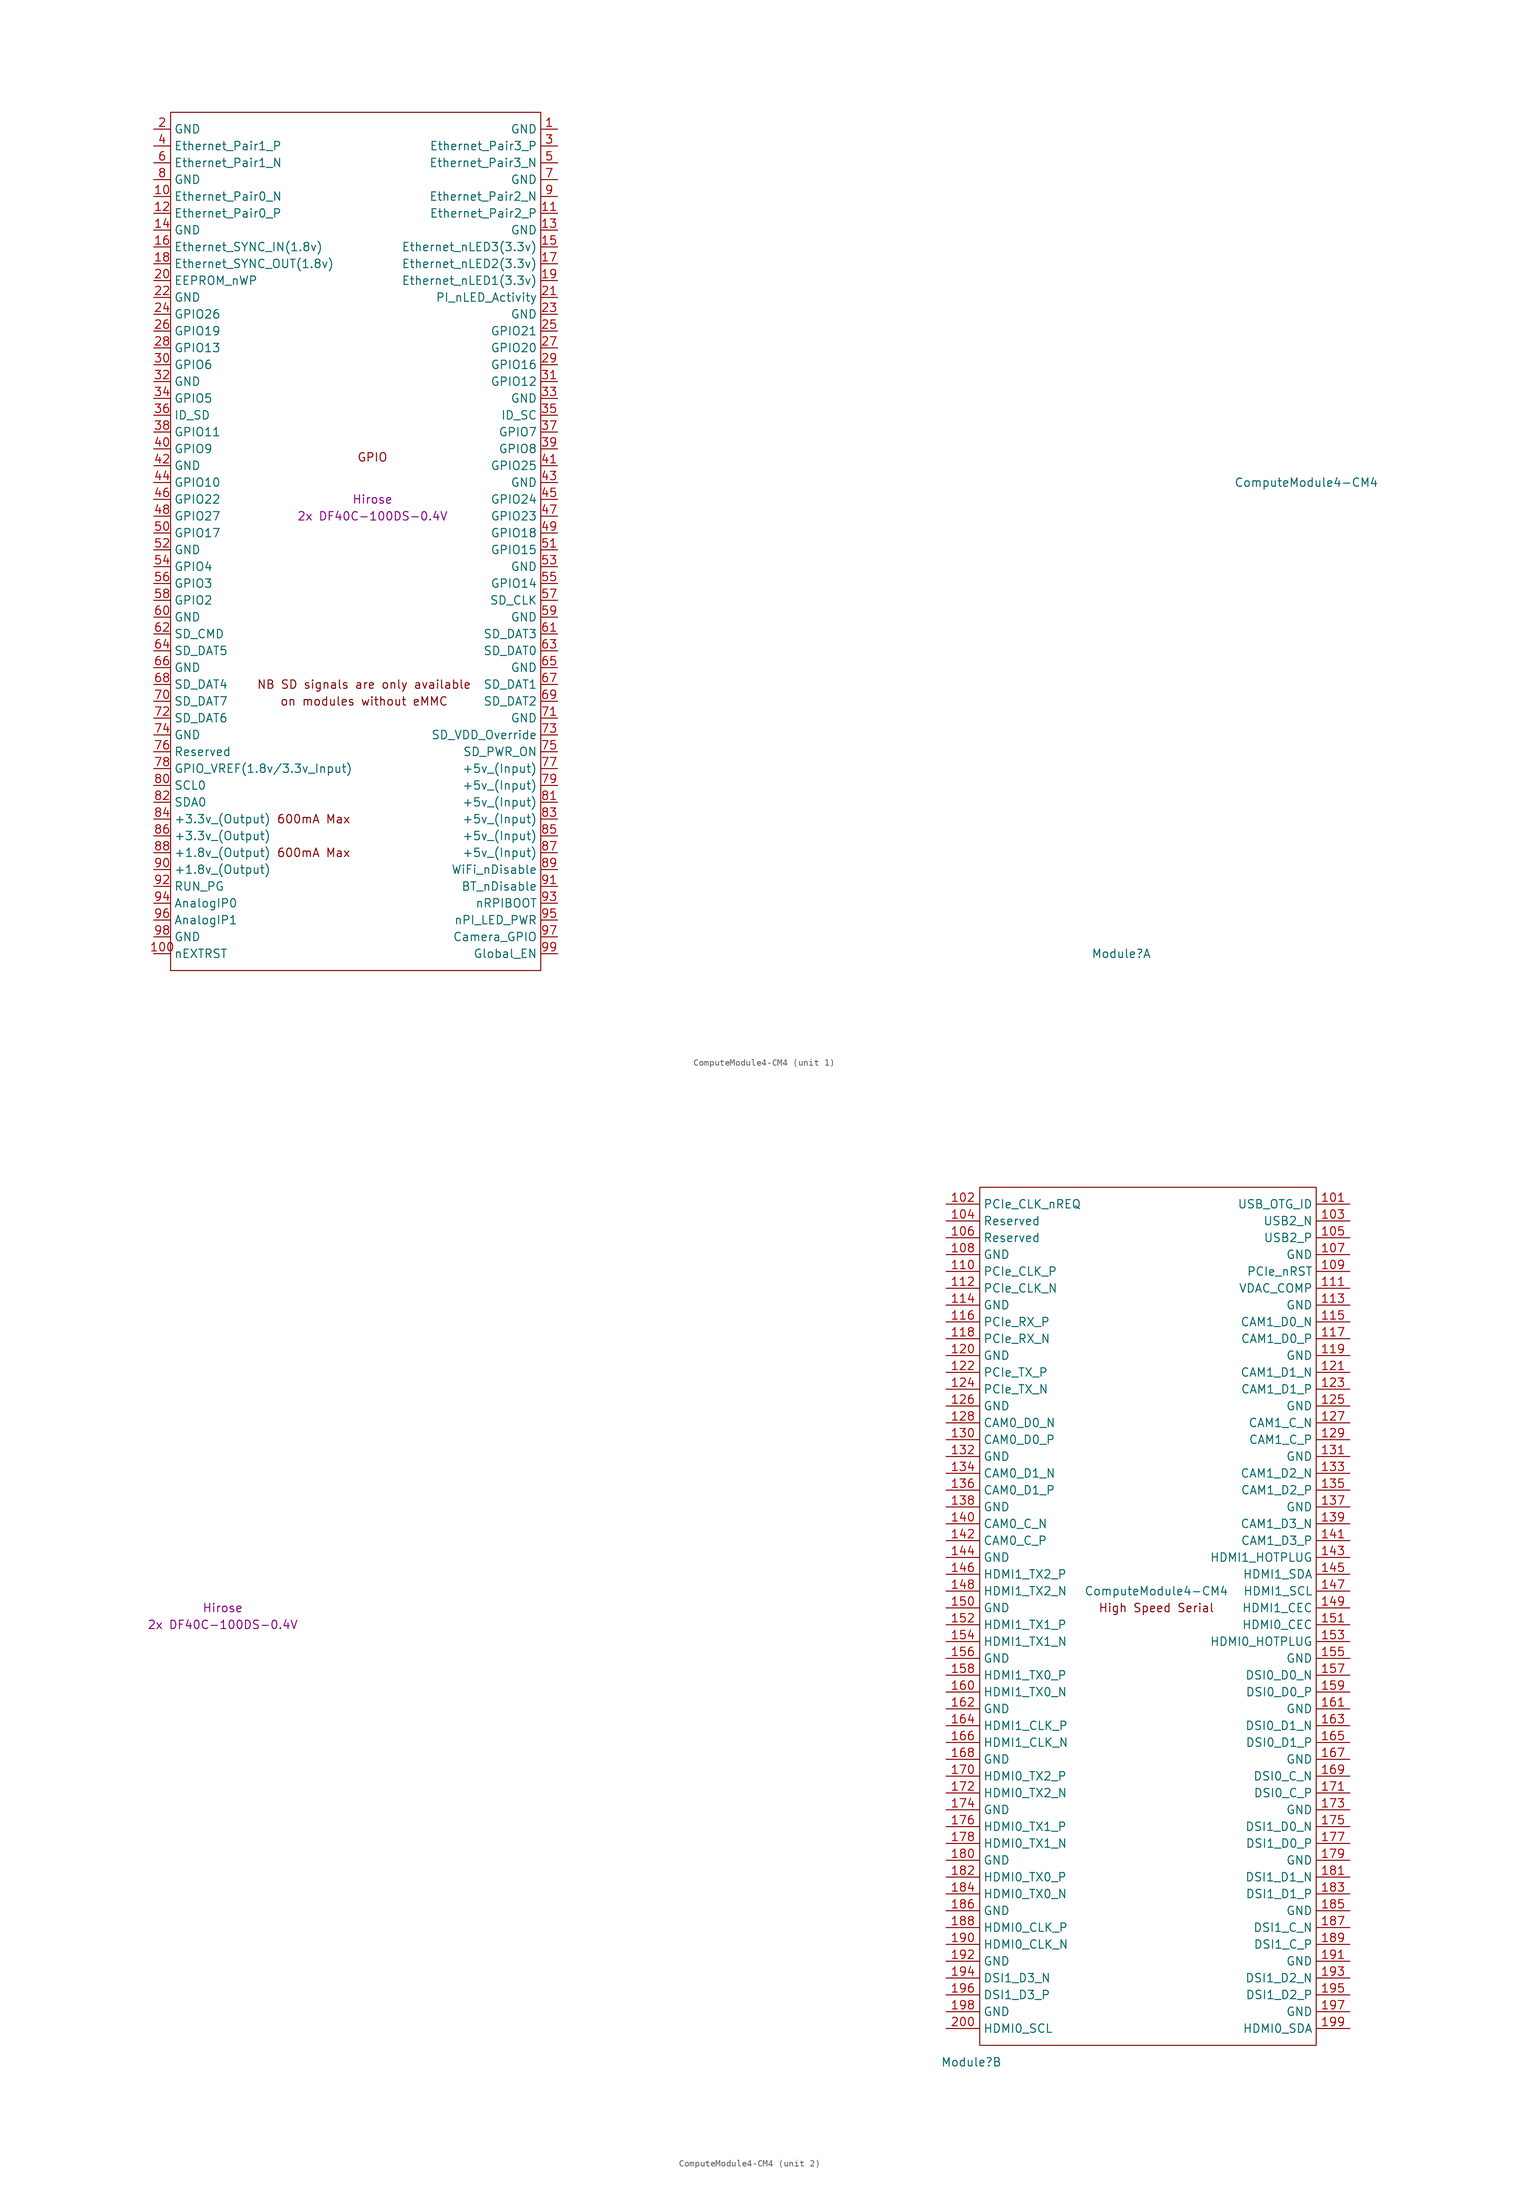
<source format=kicad_sym>
(kicad_symbol_lib
  (version 20201005)
  (generator kicad_symbol_editor)
  (symbol "CM4IO:ComputeModule4-CM4"
    (property "Reference" "Module"
      (at 113.03 -68.58 0)
      (effects (font (size 1.27 1.27))))
    (property "Value" "ComputeModule4-CM4"
      (at 140.97 2.54 0)
      (effects (font (size 1.27 1.27))))
    (property "Field4" "Hirose"
      (at 0 0 0)
      (effects (font (size 1.27 1.27))))
    (property "Field5" "2x DF40C-100DS-0.4V"
      (at 0 -2.54 0)
      (effects (font (size 1.27 1.27))))
    (symbol "ComputeModule4-CM4_1_0"
      (text "GPIO" (at 0 6.35 0) (effects (font (size 1.27 1.27)))))
    (symbol "ComputeModule4-CM4_1_1"
      (text "600mA Max" (at -8.89 -53.34 0) (effects (font (size 1.27 1.27))))
      (text "600mA Max" (at -8.89 -48.26 0) (effects (font (size 1.27 1.27))))
      (text "NB SD signals are only available" (at -1.27 -27.94 0) (effects (font (size 1.27 1.27))))
      (text "on modules without eMMC" (at -1.27 -30.48 0) (effects (font (size 1.27 1.27))))
      (rectangle (start -30.48 -71.12) (end 25.4 58.42) (stroke (width 0)) (fill (type none)))
      (pin power_in line (at 27.94 55.88 180) (length 2.54) (name "GND" (effects (font (size 1.27 1.27)))) (number "1" (effects (font (size 1.27 1.27)))))
      (pin passive line (at -33.02 45.72 0) (length 2.54) (name "Ethernet_Pair0_N" (effects (font (size 1.27 1.27)))) (number "10" (effects (font (size 1.27 1.27)))))
      (pin output line (at -33.02 -68.58 0) (length 2.54) (name "nEXTRST" (effects (font (size 1.27 1.27)))) (number "100" (effects (font (size 1.27 1.27)))))
      (pin passive line (at 27.94 43.18 180) (length 2.54) (name "Ethernet_Pair2_P" (effects (font (size 1.27 1.27)))) (number "11" (effects (font (size 1.27 1.27)))))
      (pin passive line (at -33.02 43.18 0) (length 2.54) (name "Ethernet_Pair0_P" (effects (font (size 1.27 1.27)))) (number "12" (effects (font (size 1.27 1.27)))))
      (pin power_in line (at 27.94 40.64 180) (length 2.54) (name "GND" (effects (font (size 1.27 1.27)))) (number "13" (effects (font (size 1.27 1.27)))))
      (pin power_in line (at -33.02 40.64 0) (length 2.54) (name "GND" (effects (font (size 1.27 1.27)))) (number "14" (effects (font (size 1.27 1.27)))))
      (pin output line (at 27.94 38.1 180) (length 2.54) (name "Ethernet_nLED3(3.3v)" (effects (font (size 1.27 1.27)))) (number "15" (effects (font (size 1.27 1.27)))))
      (pin input line (at -33.02 38.1 0) (length 2.54) (name "Ethernet_SYNC_IN(1.8v)" (effects (font (size 1.27 1.27)))) (number "16" (effects (font (size 1.27 1.27)))))
      (pin output line (at 27.94 35.56 180) (length 2.54) (name "Ethernet_nLED2(3.3v)" (effects (font (size 1.27 1.27)))) (number "17" (effects (font (size 1.27 1.27)))))
      (pin input line (at -33.02 35.56 0) (length 2.54) (name "Ethernet_SYNC_OUT(1.8v)" (effects (font (size 1.27 1.27)))) (number "18" (effects (font (size 1.27 1.27)))))
      (pin output line (at 27.94 33.02 180) (length 2.54) (name "Ethernet_nLED1(3.3v)" (effects (font (size 1.27 1.27)))) (number "19" (effects (font (size 1.27 1.27)))))
      (pin power_in line (at -33.02 55.88 0) (length 2.54) (name "GND" (effects (font (size 1.27 1.27)))) (number "2" (effects (font (size 1.27 1.27)))))
      (pin passive line (at -33.02 33.02 0) (length 2.54) (name "EEPROM_nWP" (effects (font (size 1.27 1.27)))) (number "20" (effects (font (size 1.27 1.27)))))
      (pin open_collector line (at 27.94 30.48 180) (length 2.54) (name "PI_nLED_Activity" (effects (font (size 1.27 1.27)))) (number "21" (effects (font (size 1.27 1.27)))))
      (pin power_in line (at -33.02 30.48 0) (length 2.54) (name "GND" (effects (font (size 1.27 1.27)))) (number "22" (effects (font (size 1.27 1.27)))))
      (pin power_in line (at 27.94 27.94 180) (length 2.54) (name "GND" (effects (font (size 1.27 1.27)))) (number "23" (effects (font (size 1.27 1.27)))))
      (pin passive line (at -33.02 27.94 0) (length 2.54) (name "GPIO26" (effects (font (size 1.27 1.27)))) (number "24" (effects (font (size 1.27 1.27)))))
      (pin passive line (at 27.94 25.4 180) (length 2.54) (name "GPIO21" (effects (font (size 1.27 1.27)))) (number "25" (effects (font (size 1.27 1.27)))))
      (pin passive line (at -33.02 25.4 0) (length 2.54) (name "GPIO19" (effects (font (size 1.27 1.27)))) (number "26" (effects (font (size 1.27 1.27)))))
      (pin passive line (at 27.94 22.86 180) (length 2.54) (name "GPIO20" (effects (font (size 1.27 1.27)))) (number "27" (effects (font (size 1.27 1.27)))))
      (pin passive line (at -33.02 22.86 0) (length 2.54) (name "GPIO13" (effects (font (size 1.27 1.27)))) (number "28" (effects (font (size 1.27 1.27)))))
      (pin passive line (at 27.94 20.32 180) (length 2.54) (name "GPIO16" (effects (font (size 1.27 1.27)))) (number "29" (effects (font (size 1.27 1.27)))))
      (pin passive line (at 27.94 53.34 180) (length 2.54) (name "Ethernet_Pair3_P" (effects (font (size 1.27 1.27)))) (number "3" (effects (font (size 1.27 1.27)))))
      (pin passive line (at -33.02 20.32 0) (length 2.54) (name "GPIO6" (effects (font (size 1.27 1.27)))) (number "30" (effects (font (size 1.27 1.27)))))
      (pin passive line (at 27.94 17.78 180) (length 2.54) (name "GPIO12" (effects (font (size 1.27 1.27)))) (number "31" (effects (font (size 1.27 1.27)))))
      (pin power_in line (at -33.02 17.78 0) (length 2.54) (name "GND" (effects (font (size 1.27 1.27)))) (number "32" (effects (font (size 1.27 1.27)))))
      (pin power_in line (at 27.94 15.24 180) (length 2.54) (name "GND" (effects (font (size 1.27 1.27)))) (number "33" (effects (font (size 1.27 1.27)))))
      (pin passive line (at -33.02 15.24 0) (length 2.54) (name "GPIO5" (effects (font (size 1.27 1.27)))) (number "34" (effects (font (size 1.27 1.27)))))
      (pin passive line (at 27.94 12.7 180) (length 2.54) (name "ID_SC" (effects (font (size 1.27 1.27)))) (number "35" (effects (font (size 1.27 1.27)))))
      (pin passive line (at -33.02 12.7 0) (length 2.54) (name "ID_SD" (effects (font (size 1.27 1.27)))) (number "36" (effects (font (size 1.27 1.27)))))
      (pin passive line (at 27.94 10.16 180) (length 2.54) (name "GPIO7" (effects (font (size 1.27 1.27)))) (number "37" (effects (font (size 1.27 1.27)))))
      (pin passive line (at -33.02 10.16 0) (length 2.54) (name "GPIO11" (effects (font (size 1.27 1.27)))) (number "38" (effects (font (size 1.27 1.27)))))
      (pin passive line (at 27.94 7.62 180) (length 2.54) (name "GPIO8" (effects (font (size 1.27 1.27)))) (number "39" (effects (font (size 1.27 1.27)))))
      (pin passive line (at -33.02 53.34 0) (length 2.54) (name "Ethernet_Pair1_P" (effects (font (size 1.27 1.27)))) (number "4" (effects (font (size 1.27 1.27)))))
      (pin passive line (at -33.02 7.62 0) (length 2.54) (name "GPIO9" (effects (font (size 1.27 1.27)))) (number "40" (effects (font (size 1.27 1.27)))))
      (pin passive line (at 27.94 5.08 180) (length 2.54) (name "GPIO25" (effects (font (size 1.27 1.27)))) (number "41" (effects (font (size 1.27 1.27)))))
      (pin power_in line (at -33.02 5.08 0) (length 2.54) (name "GND" (effects (font (size 1.27 1.27)))) (number "42" (effects (font (size 1.27 1.27)))))
      (pin power_in line (at 27.94 2.54 180) (length 2.54) (name "GND" (effects (font (size 1.27 1.27)))) (number "43" (effects (font (size 1.27 1.27)))))
      (pin passive line (at -33.02 2.54 0) (length 2.54) (name "GPIO10" (effects (font (size 1.27 1.27)))) (number "44" (effects (font (size 1.27 1.27)))))
      (pin passive line (at 27.94 0 180) (length 2.54) (name "GPIO24" (effects (font (size 1.27 1.27)))) (number "45" (effects (font (size 1.27 1.27)))))
      (pin passive line (at -33.02 0 0) (length 2.54) (name "GPIO22" (effects (font (size 1.27 1.27)))) (number "46" (effects (font (size 1.27 1.27)))))
      (pin passive line (at 27.94 -2.54 180) (length 2.54) (name "GPIO23" (effects (font (size 1.27 1.27)))) (number "47" (effects (font (size 1.27 1.27)))))
      (pin passive line (at -33.02 -2.54 0) (length 2.54) (name "GPIO27" (effects (font (size 1.27 1.27)))) (number "48" (effects (font (size 1.27 1.27)))))
      (pin passive line (at 27.94 -5.08 180) (length 2.54) (name "GPIO18" (effects (font (size 1.27 1.27)))) (number "49" (effects (font (size 1.27 1.27)))))
      (pin passive line (at 27.94 50.8 180) (length 2.54) (name "Ethernet_Pair3_N" (effects (font (size 1.27 1.27)))) (number "5" (effects (font (size 1.27 1.27)))))
      (pin passive line (at -33.02 -5.08 0) (length 2.54) (name "GPIO17" (effects (font (size 1.27 1.27)))) (number "50" (effects (font (size 1.27 1.27)))))
      (pin passive line (at 27.94 -7.62 180) (length 2.54) (name "GPIO15" (effects (font (size 1.27 1.27)))) (number "51" (effects (font (size 1.27 1.27)))))
      (pin power_in line (at -33.02 -7.62 0) (length 2.54) (name "GND" (effects (font (size 1.27 1.27)))) (number "52" (effects (font (size 1.27 1.27)))))
      (pin power_in line (at 27.94 -10.16 180) (length 2.54) (name "GND" (effects (font (size 1.27 1.27)))) (number "53" (effects (font (size 1.27 1.27)))))
      (pin passive line (at -33.02 -10.16 0) (length 2.54) (name "GPIO4" (effects (font (size 1.27 1.27)))) (number "54" (effects (font (size 1.27 1.27)))))
      (pin passive line (at 27.94 -12.7 180) (length 2.54) (name "GPIO14" (effects (font (size 1.27 1.27)))) (number "55" (effects (font (size 1.27 1.27)))))
      (pin passive line (at -33.02 -12.7 0) (length 2.54) (name "GPIO3" (effects (font (size 1.27 1.27)))) (number "56" (effects (font (size 1.27 1.27)))))
      (pin passive line (at 27.94 -15.24 180) (length 2.54) (name "SD_CLK" (effects (font (size 1.27 1.27)))) (number "57" (effects (font (size 1.27 1.27)))))
      (pin passive line (at -33.02 -15.24 0) (length 2.54) (name "GPIO2" (effects (font (size 1.27 1.27)))) (number "58" (effects (font (size 1.27 1.27)))))
      (pin power_in line (at 27.94 -17.78 180) (length 2.54) (name "GND" (effects (font (size 1.27 1.27)))) (number "59" (effects (font (size 1.27 1.27)))))
      (pin passive line (at -33.02 50.8 0) (length 2.54) (name "Ethernet_Pair1_N" (effects (font (size 1.27 1.27)))) (number "6" (effects (font (size 1.27 1.27)))))
      (pin power_in line (at -33.02 -17.78 0) (length 2.54) (name "GND" (effects (font (size 1.27 1.27)))) (number "60" (effects (font (size 1.27 1.27)))))
      (pin passive line (at 27.94 -20.32 180) (length 2.54) (name "SD_DAT3" (effects (font (size 1.27 1.27)))) (number "61" (effects (font (size 1.27 1.27)))))
      (pin passive line (at -33.02 -20.32 0) (length 2.54) (name "SD_CMD" (effects (font (size 1.27 1.27)))) (number "62" (effects (font (size 1.27 1.27)))))
      (pin passive line (at 27.94 -22.86 180) (length 2.54) (name "SD_DAT0" (effects (font (size 1.27 1.27)))) (number "63" (effects (font (size 1.27 1.27)))))
      (pin passive line (at -33.02 -22.86 0) (length 2.54) (name "SD_DAT5" (effects (font (size 1.27 1.27)))) (number "64" (effects (font (size 1.27 1.27)))))
      (pin power_in line (at 27.94 -25.4 180) (length 2.54) (name "GND" (effects (font (size 1.27 1.27)))) (number "65" (effects (font (size 1.27 1.27)))))
      (pin power_in line (at -33.02 -25.4 0) (length 2.54) (name "GND" (effects (font (size 1.27 1.27)))) (number "66" (effects (font (size 1.27 1.27)))))
      (pin passive line (at 27.94 -27.94 180) (length 2.54) (name "SD_DAT1" (effects (font (size 1.27 1.27)))) (number "67" (effects (font (size 1.27 1.27)))))
      (pin passive line (at -33.02 -27.94 0) (length 2.54) (name "SD_DAT4" (effects (font (size 1.27 1.27)))) (number "68" (effects (font (size 1.27 1.27)))))
      (pin passive line (at 27.94 -30.48 180) (length 2.54) (name "SD_DAT2" (effects (font (size 1.27 1.27)))) (number "69" (effects (font (size 1.27 1.27)))))
      (pin power_in line (at 27.94 48.26 180) (length 2.54) (name "GND" (effects (font (size 1.27 1.27)))) (number "7" (effects (font (size 1.27 1.27)))))
      (pin passive line (at -33.02 -30.48 0) (length 2.54) (name "SD_DAT7" (effects (font (size 1.27 1.27)))) (number "70" (effects (font (size 1.27 1.27)))))
      (pin power_in line (at 27.94 -33.02 180) (length 2.54) (name "GND" (effects (font (size 1.27 1.27)))) (number "71" (effects (font (size 1.27 1.27)))))
      (pin passive line (at -33.02 -33.02 0) (length 2.54) (name "SD_DAT6" (effects (font (size 1.27 1.27)))) (number "72" (effects (font (size 1.27 1.27)))))
      (pin input line (at 27.94 -35.56 180) (length 2.54) (name "SD_VDD_Override" (effects (font (size 1.27 1.27)))) (number "73" (effects (font (size 1.27 1.27)))))
      (pin power_in line (at -33.02 -35.56 0) (length 2.54) (name "GND" (effects (font (size 1.27 1.27)))) (number "74" (effects (font (size 1.27 1.27)))))
      (pin output line (at 27.94 -38.1 180) (length 2.54) (name "SD_PWR_ON" (effects (font (size 1.27 1.27)))) (number "75" (effects (font (size 1.27 1.27)))))
      (pin passive line (at -33.02 -38.1 0) (length 2.54) (name "Reserved" (effects (font (size 1.27 1.27)))) (number "76" (effects (font (size 1.27 1.27)))))
      (pin power_in line (at 27.94 -40.64 180) (length 2.54) (name "+5v_(Input)" (effects (font (size 1.27 1.27)))) (number "77" (effects (font (size 1.27 1.27)))))
      (pin power_in line (at -33.02 -40.64 0) (length 2.54) (name "GPIO_VREF(1.8v/3.3v_Input)" (effects (font (size 1.27 1.27)))) (number "78" (effects (font (size 1.27 1.27)))))
      (pin power_in line (at 27.94 -43.18 180) (length 2.54) (name "+5v_(Input)" (effects (font (size 1.27 1.27)))) (number "79" (effects (font (size 1.27 1.27)))))
      (pin power_in line (at -33.02 48.26 0) (length 2.54) (name "GND" (effects (font (size 1.27 1.27)))) (number "8" (effects (font (size 1.27 1.27)))))
      (pin passive line (at -33.02 -43.18 0) (length 2.54) (name "SCL0" (effects (font (size 1.27 1.27)))) (number "80" (effects (font (size 1.27 1.27)))))
      (pin power_in line (at 27.94 -45.72 180) (length 2.54) (name "+5v_(Input)" (effects (font (size 1.27 1.27)))) (number "81" (effects (font (size 1.27 1.27)))))
      (pin passive line (at -33.02 -45.72 0) (length 2.54) (name "SDA0" (effects (font (size 1.27 1.27)))) (number "82" (effects (font (size 1.27 1.27)))))
      (pin power_in line (at 27.94 -48.26 180) (length 2.54) (name "+5v_(Input)" (effects (font (size 1.27 1.27)))) (number "83" (effects (font (size 1.27 1.27)))))
      (pin power_out line (at -33.02 -48.26 0) (length 2.54) (name "+3.3v_(Output)" (effects (font (size 1.27 1.27)))) (number "84" (effects (font (size 1.27 1.27)))))
      (pin power_in line (at 27.94 -50.8 180) (length 2.54) (name "+5v_(Input)" (effects (font (size 1.27 1.27)))) (number "85" (effects (font (size 1.27 1.27)))))
      (pin power_out line (at -33.02 -50.8 0) (length 2.54) (name "+3.3v_(Output)" (effects (font (size 1.27 1.27)))) (number "86" (effects (font (size 1.27 1.27)))))
      (pin power_in line (at 27.94 -53.34 180) (length 2.54) (name "+5v_(Input)" (effects (font (size 1.27 1.27)))) (number "87" (effects (font (size 1.27 1.27)))))
      (pin power_out line (at -33.02 -53.34 0) (length 2.54) (name "+1.8v_(Output)" (effects (font (size 1.27 1.27)))) (number "88" (effects (font (size 1.27 1.27)))))
      (pin power_in line (at 27.94 -55.88 180) (length 2.54) (name "WiFi_nDisable" (effects (font (size 1.27 1.27)))) (number "89" (effects (font (size 1.27 1.27)))))
      (pin passive line (at 27.94 45.72 180) (length 2.54) (name "Ethernet_Pair2_N" (effects (font (size 1.27 1.27)))) (number "9" (effects (font (size 1.27 1.27)))))
      (pin power_out line (at -33.02 -55.88 0) (length 2.54) (name "+1.8v_(Output)" (effects (font (size 1.27 1.27)))) (number "90" (effects (font (size 1.27 1.27)))))
      (pin power_in line (at 27.94 -58.42 180) (length 2.54) (name "BT_nDisable" (effects (font (size 1.27 1.27)))) (number "91" (effects (font (size 1.27 1.27)))))
      (pin passive line (at -33.02 -58.42 0) (length 2.54) (name "RUN_PG" (effects (font (size 1.27 1.27)))) (number "92" (effects (font (size 1.27 1.27)))))
      (pin input line (at 27.94 -60.96 180) (length 2.54) (name "nRPIBOOT" (effects (font (size 1.27 1.27)))) (number "93" (effects (font (size 1.27 1.27)))))
      (pin passive line (at -33.02 -60.96 0) (length 2.54) (name "AnalogIP0" (effects (font (size 1.27 1.27)))) (number "94" (effects (font (size 1.27 1.27)))))
      (pin output line (at 27.94 -63.5 180) (length 2.54) (name "nPI_LED_PWR" (effects (font (size 1.27 1.27)))) (number "95" (effects (font (size 1.27 1.27)))))
      (pin passive line (at -33.02 -63.5 0) (length 2.54) (name "AnalogIP1" (effects (font (size 1.27 1.27)))) (number "96" (effects (font (size 1.27 1.27)))))
      (pin passive line (at 27.94 -66.04 180) (length 2.54) (name "Camera_GPIO" (effects (font (size 1.27 1.27)))) (number "97" (effects (font (size 1.27 1.27)))))
      (pin power_in line (at -33.02 -66.04 0) (length 2.54) (name "GND" (effects (font (size 1.27 1.27)))) (number "98" (effects (font (size 1.27 1.27)))))
      (pin input line (at 27.94 -68.58 180) (length 2.54) (name "Global_EN" (effects (font (size 1.27 1.27)))) (number "99" (effects (font (size 1.27 1.27))))))
    (symbol "ComputeModule4-CM4_2_1"
      (text "High Speed Serial" (at 140.97 0 0) (effects (font (size 1.27 1.27))))
      (rectangle (start 114.3 -66.04) (end 165.1 63.5) (stroke (width 0)) (fill (type none)))
      (pin input line (at 170.18 60.96 180) (length 5.08) (name "USB_OTG_ID" (effects (font (size 1.27 1.27)))) (number "101" (effects (font (size 1.27 1.27)))))
      (pin input line (at 109.22 60.96 0) (length 5.08) (name "PCIe_CLK_nREQ" (effects (font (size 1.27 1.27)))) (number "102" (effects (font (size 1.27 1.27)))))
      (pin passive line (at 170.18 58.42 180) (length 5.08) (name "USB2_N" (effects (font (size 1.27 1.27)))) (number "103" (effects (font (size 1.27 1.27)))))
      (pin passive line (at 109.22 58.42 0) (length 5.08) (name "Reserved" (effects (font (size 1.27 1.27)))) (number "104" (effects (font (size 1.27 1.27)))))
      (pin passive line (at 170.18 55.88 180) (length 5.08) (name "USB2_P" (effects (font (size 1.27 1.27)))) (number "105" (effects (font (size 1.27 1.27)))))
      (pin passive line (at 109.22 55.88 0) (length 5.08) (name "Reserved" (effects (font (size 1.27 1.27)))) (number "106" (effects (font (size 1.27 1.27)))))
      (pin power_in line (at 170.18 53.34 180) (length 5.08) (name "GND" (effects (font (size 1.27 1.27)))) (number "107" (effects (font (size 1.27 1.27)))))
      (pin power_in line (at 109.22 53.34 0) (length 5.08) (name "GND" (effects (font (size 1.27 1.27)))) (number "108" (effects (font (size 1.27 1.27)))))
      (pin bidirectional line (at 170.18 50.8 180) (length 5.08) (name "PCIe_nRST" (effects (font (size 1.27 1.27)))) (number "109" (effects (font (size 1.27 1.27)))))
      (pin output line (at 109.22 50.8 0) (length 5.08) (name "PCIe_CLK_P" (effects (font (size 1.27 1.27)))) (number "110" (effects (font (size 1.27 1.27)))))
      (pin passive line (at 170.18 48.26 180) (length 5.08) (name "VDAC_COMP" (effects (font (size 1.27 1.27)))) (number "111" (effects (font (size 1.27 1.27)))))
      (pin output line (at 109.22 48.26 0) (length 5.08) (name "PCIe_CLK_N" (effects (font (size 1.27 1.27)))) (number "112" (effects (font (size 1.27 1.27)))))
      (pin power_in line (at 170.18 45.72 180) (length 5.08) (name "GND" (effects (font (size 1.27 1.27)))) (number "113" (effects (font (size 1.27 1.27)))))
      (pin power_in line (at 109.22 45.72 0) (length 5.08) (name "GND" (effects (font (size 1.27 1.27)))) (number "114" (effects (font (size 1.27 1.27)))))
      (pin input line (at 170.18 43.18 180) (length 5.08) (name "CAM1_D0_N" (effects (font (size 1.27 1.27)))) (number "115" (effects (font (size 1.27 1.27)))))
      (pin input line (at 109.22 43.18 0) (length 5.08) (name "PCIe_RX_P" (effects (font (size 1.27 1.27)))) (number "116" (effects (font (size 1.27 1.27)))))
      (pin input line (at 170.18 40.64 180) (length 5.08) (name "CAM1_D0_P" (effects (font (size 1.27 1.27)))) (number "117" (effects (font (size 1.27 1.27)))))
      (pin input line (at 109.22 40.64 0) (length 5.08) (name "PCIe_RX_N" (effects (font (size 1.27 1.27)))) (number "118" (effects (font (size 1.27 1.27)))))
      (pin power_in line (at 170.18 38.1 180) (length 5.08) (name "GND" (effects (font (size 1.27 1.27)))) (number "119" (effects (font (size 1.27 1.27)))))
      (pin power_in line (at 109.22 38.1 0) (length 5.08) (name "GND" (effects (font (size 1.27 1.27)))) (number "120" (effects (font (size 1.27 1.27)))))
      (pin input line (at 170.18 35.56 180) (length 5.08) (name "CAM1_D1_N" (effects (font (size 1.27 1.27)))) (number "121" (effects (font (size 1.27 1.27)))))
      (pin output line (at 109.22 35.56 0) (length 5.08) (name "PCIe_TX_P" (effects (font (size 1.27 1.27)))) (number "122" (effects (font (size 1.27 1.27)))))
      (pin input line (at 170.18 33.02 180) (length 5.08) (name "CAM1_D1_P" (effects (font (size 1.27 1.27)))) (number "123" (effects (font (size 1.27 1.27)))))
      (pin output line (at 109.22 33.02 0) (length 5.08) (name "PCIe_TX_N" (effects (font (size 1.27 1.27)))) (number "124" (effects (font (size 1.27 1.27)))))
      (pin power_in line (at 170.18 30.48 180) (length 5.08) (name "GND" (effects (font (size 1.27 1.27)))) (number "125" (effects (font (size 1.27 1.27)))))
      (pin power_in line (at 109.22 30.48 0) (length 5.08) (name "GND" (effects (font (size 1.27 1.27)))) (number "126" (effects (font (size 1.27 1.27)))))
      (pin input line (at 170.18 27.94 180) (length 5.08) (name "CAM1_C_N" (effects (font (size 1.27 1.27)))) (number "127" (effects (font (size 1.27 1.27)))))
      (pin input line (at 109.22 27.94 0) (length 5.08) (name "CAM0_D0_N" (effects (font (size 1.27 1.27)))) (number "128" (effects (font (size 1.27 1.27)))))
      (pin input line (at 170.18 25.4 180) (length 5.08) (name "CAM1_C_P" (effects (font (size 1.27 1.27)))) (number "129" (effects (font (size 1.27 1.27)))))
      (pin input line (at 109.22 25.4 0) (length 5.08) (name "CAM0_D0_P" (effects (font (size 1.27 1.27)))) (number "130" (effects (font (size 1.27 1.27)))))
      (pin power_in line (at 170.18 22.86 180) (length 5.08) (name "GND" (effects (font (size 1.27 1.27)))) (number "131" (effects (font (size 1.27 1.27)))))
      (pin power_in line (at 109.22 22.86 0) (length 5.08) (name "GND" (effects (font (size 1.27 1.27)))) (number "132" (effects (font (size 1.27 1.27)))))
      (pin input line (at 170.18 20.32 180) (length 5.08) (name "CAM1_D2_N" (effects (font (size 1.27 1.27)))) (number "133" (effects (font (size 1.27 1.27)))))
      (pin input line (at 109.22 20.32 0) (length 5.08) (name "CAM0_D1_N" (effects (font (size 1.27 1.27)))) (number "134" (effects (font (size 1.27 1.27)))))
      (pin input line (at 170.18 17.78 180) (length 5.08) (name "CAM1_D2_P" (effects (font (size 1.27 1.27)))) (number "135" (effects (font (size 1.27 1.27)))))
      (pin input line (at 109.22 17.78 0) (length 5.08) (name "CAM0_D1_P" (effects (font (size 1.27 1.27)))) (number "136" (effects (font (size 1.27 1.27)))))
      (pin power_in line (at 170.18 15.24 180) (length 5.08) (name "GND" (effects (font (size 1.27 1.27)))) (number "137" (effects (font (size 1.27 1.27)))))
      (pin power_in line (at 109.22 15.24 0) (length 5.08) (name "GND" (effects (font (size 1.27 1.27)))) (number "138" (effects (font (size 1.27 1.27)))))
      (pin input line (at 170.18 12.7 180) (length 5.08) (name "CAM1_D3_N" (effects (font (size 1.27 1.27)))) (number "139" (effects (font (size 1.27 1.27)))))
      (pin input line (at 109.22 12.7 0) (length 5.08) (name "CAM0_C_N" (effects (font (size 1.27 1.27)))) (number "140" (effects (font (size 1.27 1.27)))))
      (pin input line (at 170.18 10.16 180) (length 5.08) (name "CAM1_D3_P" (effects (font (size 1.27 1.27)))) (number "141" (effects (font (size 1.27 1.27)))))
      (pin input line (at 109.22 10.16 0) (length 5.08) (name "CAM0_C_P" (effects (font (size 1.27 1.27)))) (number "142" (effects (font (size 1.27 1.27)))))
      (pin input line (at 170.18 7.62 180) (length 5.08) (name "HDMI1_HOTPLUG" (effects (font (size 1.27 1.27)))) (number "143" (effects (font (size 1.27 1.27)))))
      (pin power_in line (at 109.22 7.62 0) (length 5.08) (name "GND" (effects (font (size 1.27 1.27)))) (number "144" (effects (font (size 1.27 1.27)))))
      (pin bidirectional line (at 170.18 5.08 180) (length 5.08) (name "HDMI1_SDA" (effects (font (size 1.27 1.27)))) (number "145" (effects (font (size 1.27 1.27)))))
      (pin output line (at 109.22 5.08 0) (length 5.08) (name "HDMI1_TX2_P" (effects (font (size 1.27 1.27)))) (number "146" (effects (font (size 1.27 1.27)))))
      (pin open_collector line (at 170.18 2.54 180) (length 5.08) (name "HDMI1_SCL" (effects (font (size 1.27 1.27)))) (number "147" (effects (font (size 1.27 1.27)))))
      (pin output line (at 109.22 2.54 0) (length 5.08) (name "HDMI1_TX2_N" (effects (font (size 1.27 1.27)))) (number "148" (effects (font (size 1.27 1.27)))))
      (pin open_collector line (at 170.18 0 180) (length 5.08) (name "HDMI1_CEC" (effects (font (size 1.27 1.27)))) (number "149" (effects (font (size 1.27 1.27)))))
      (pin power_in line (at 109.22 0 0) (length 5.08) (name "GND" (effects (font (size 1.27 1.27)))) (number "150" (effects (font (size 1.27 1.27)))))
      (pin open_collector line (at 170.18 -2.54 180) (length 5.08) (name "HDMI0_CEC" (effects (font (size 1.27 1.27)))) (number "151" (effects (font (size 1.27 1.27)))))
      (pin output line (at 109.22 -2.54 0) (length 5.08) (name "HDMI1_TX1_P" (effects (font (size 1.27 1.27)))) (number "152" (effects (font (size 1.27 1.27)))))
      (pin input line (at 170.18 -5.08 180) (length 5.08) (name "HDMI0_HOTPLUG" (effects (font (size 1.27 1.27)))) (number "153" (effects (font (size 1.27 1.27)))))
      (pin output line (at 109.22 -5.08 0) (length 5.08) (name "HDMI1_TX1_N" (effects (font (size 1.27 1.27)))) (number "154" (effects (font (size 1.27 1.27)))))
      (pin power_in line (at 170.18 -7.62 180) (length 5.08) (name "GND" (effects (font (size 1.27 1.27)))) (number "155" (effects (font (size 1.27 1.27)))))
      (pin power_in line (at 109.22 -7.62 0) (length 5.08) (name "GND" (effects (font (size 1.27 1.27)))) (number "156" (effects (font (size 1.27 1.27)))))
      (pin output line (at 170.18 -10.16 180) (length 5.08) (name "DSI0_D0_N" (effects (font (size 1.27 1.27)))) (number "157" (effects (font (size 1.27 1.27)))))
      (pin output line (at 109.22 -10.16 0) (length 5.08) (name "HDMI1_TX0_P" (effects (font (size 1.27 1.27)))) (number "158" (effects (font (size 1.27 1.27)))))
      (pin output line (at 170.18 -12.7 180) (length 5.08) (name "DSI0_D0_P" (effects (font (size 1.27 1.27)))) (number "159" (effects (font (size 1.27 1.27)))))
      (pin output line (at 109.22 -12.7 0) (length 5.08) (name "HDMI1_TX0_N" (effects (font (size 1.27 1.27)))) (number "160" (effects (font (size 1.27 1.27)))))
      (pin power_in line (at 170.18 -15.24 180) (length 5.08) (name "GND" (effects (font (size 1.27 1.27)))) (number "161" (effects (font (size 1.27 1.27)))))
      (pin power_in line (at 109.22 -15.24 0) (length 5.08) (name "GND" (effects (font (size 1.27 1.27)))) (number "162" (effects (font (size 1.27 1.27)))))
      (pin output line (at 170.18 -17.78 180) (length 5.08) (name "DSI0_D1_N" (effects (font (size 1.27 1.27)))) (number "163" (effects (font (size 1.27 1.27)))))
      (pin output line (at 109.22 -17.78 0) (length 5.08) (name "HDMI1_CLK_P" (effects (font (size 1.27 1.27)))) (number "164" (effects (font (size 1.27 1.27)))))
      (pin output line (at 170.18 -20.32 180) (length 5.08) (name "DSI0_D1_P" (effects (font (size 1.27 1.27)))) (number "165" (effects (font (size 1.27 1.27)))))
      (pin output line (at 109.22 -20.32 0) (length 5.08) (name "HDMI1_CLK_N" (effects (font (size 1.27 1.27)))) (number "166" (effects (font (size 1.27 1.27)))))
      (pin power_in line (at 170.18 -22.86 180) (length 5.08) (name "GND" (effects (font (size 1.27 1.27)))) (number "167" (effects (font (size 1.27 1.27)))))
      (pin power_in line (at 109.22 -22.86 0) (length 5.08) (name "GND" (effects (font (size 1.27 1.27)))) (number "168" (effects (font (size 1.27 1.27)))))
      (pin output line (at 170.18 -25.4 180) (length 5.08) (name "DSI0_C_N" (effects (font (size 1.27 1.27)))) (number "169" (effects (font (size 1.27 1.27)))))
      (pin output line (at 109.22 -25.4 0) (length 5.08) (name "HDMI0_TX2_P" (effects (font (size 1.27 1.27)))) (number "170" (effects (font (size 1.27 1.27)))))
      (pin output line (at 170.18 -27.94 180) (length 5.08) (name "DSI0_C_P" (effects (font (size 1.27 1.27)))) (number "171" (effects (font (size 1.27 1.27)))))
      (pin output line (at 109.22 -27.94 0) (length 5.08) (name "HDMI0_TX2_N" (effects (font (size 1.27 1.27)))) (number "172" (effects (font (size 1.27 1.27)))))
      (pin power_in line (at 170.18 -30.48 180) (length 5.08) (name "GND" (effects (font (size 1.27 1.27)))) (number "173" (effects (font (size 1.27 1.27)))))
      (pin power_in line (at 109.22 -30.48 0) (length 5.08) (name "GND" (effects (font (size 1.27 1.27)))) (number "174" (effects (font (size 1.27 1.27)))))
      (pin output line (at 170.18 -33.02 180) (length 5.08) (name "DSI1_D0_N" (effects (font (size 1.27 1.27)))) (number "175" (effects (font (size 1.27 1.27)))))
      (pin output line (at 109.22 -33.02 0) (length 5.08) (name "HDMI0_TX1_P" (effects (font (size 1.27 1.27)))) (number "176" (effects (font (size 1.27 1.27)))))
      (pin output line (at 170.18 -35.56 180) (length 5.08) (name "DSI1_D0_P" (effects (font (size 1.27 1.27)))) (number "177" (effects (font (size 1.27 1.27)))))
      (pin output line (at 109.22 -35.56 0) (length 5.08) (name "HDMI0_TX1_N" (effects (font (size 1.27 1.27)))) (number "178" (effects (font (size 1.27 1.27)))))
      (pin power_in line (at 170.18 -38.1 180) (length 5.08) (name "GND" (effects (font (size 1.27 1.27)))) (number "179" (effects (font (size 1.27 1.27)))))
      (pin power_in line (at 109.22 -38.1 0) (length 5.08) (name "GND" (effects (font (size 1.27 1.27)))) (number "180" (effects (font (size 1.27 1.27)))))
      (pin output line (at 170.18 -40.64 180) (length 5.08) (name "DSI1_D1_N" (effects (font (size 1.27 1.27)))) (number "181" (effects (font (size 1.27 1.27)))))
      (pin output line (at 109.22 -40.64 0) (length 5.08) (name "HDMI0_TX0_P" (effects (font (size 1.27 1.27)))) (number "182" (effects (font (size 1.27 1.27)))))
      (pin output line (at 170.18 -43.18 180) (length 5.08) (name "DSI1_D1_P" (effects (font (size 1.27 1.27)))) (number "183" (effects (font (size 1.27 1.27)))))
      (pin output line (at 109.22 -43.18 0) (length 5.08) (name "HDMI0_TX0_N" (effects (font (size 1.27 1.27)))) (number "184" (effects (font (size 1.27 1.27)))))
      (pin power_in line (at 170.18 -45.72 180) (length 5.08) (name "GND" (effects (font (size 1.27 1.27)))) (number "185" (effects (font (size 1.27 1.27)))))
      (pin power_in line (at 109.22 -45.72 0) (length 5.08) (name "GND" (effects (font (size 1.27 1.27)))) (number "186" (effects (font (size 1.27 1.27)))))
      (pin output line (at 170.18 -48.26 180) (length 5.08) (name "DSI1_C_N" (effects (font (size 1.27 1.27)))) (number "187" (effects (font (size 1.27 1.27)))))
      (pin output line (at 109.22 -48.26 0) (length 5.08) (name "HDMI0_CLK_P" (effects (font (size 1.27 1.27)))) (number "188" (effects (font (size 1.27 1.27)))))
      (pin output line (at 170.18 -50.8 180) (length 5.08) (name "DSI1_C_P" (effects (font (size 1.27 1.27)))) (number "189" (effects (font (size 1.27 1.27)))))
      (pin output line (at 109.22 -50.8 0) (length 5.08) (name "HDMI0_CLK_N" (effects (font (size 1.27 1.27)))) (number "190" (effects (font (size 1.27 1.27)))))
      (pin power_in line (at 170.18 -53.34 180) (length 5.08) (name "GND" (effects (font (size 1.27 1.27)))) (number "191" (effects (font (size 1.27 1.27)))))
      (pin power_in line (at 109.22 -53.34 0) (length 5.08) (name "GND" (effects (font (size 1.27 1.27)))) (number "192" (effects (font (size 1.27 1.27)))))
      (pin output line (at 170.18 -55.88 180) (length 5.08) (name "DSI1_D2_N" (effects (font (size 1.27 1.27)))) (number "193" (effects (font (size 1.27 1.27)))))
      (pin output line (at 109.22 -55.88 0) (length 5.08) (name "DSI1_D3_N" (effects (font (size 1.27 1.27)))) (number "194" (effects (font (size 1.27 1.27)))))
      (pin output line (at 170.18 -58.42 180) (length 5.08) (name "DSI1_D2_P" (effects (font (size 1.27 1.27)))) (number "195" (effects (font (size 1.27 1.27)))))
      (pin output line (at 109.22 -58.42 0) (length 5.08) (name "DSI1_D3_P" (effects (font (size 1.27 1.27)))) (number "196" (effects (font (size 1.27 1.27)))))
      (pin power_in line (at 170.18 -60.96 180) (length 5.08) (name "GND" (effects (font (size 1.27 1.27)))) (number "197" (effects (font (size 1.27 1.27)))))
      (pin power_in line (at 109.22 -60.96 0) (length 5.08) (name "GND" (effects (font (size 1.27 1.27)))) (number "198" (effects (font (size 1.27 1.27)))))
      (pin bidirectional line (at 170.18 -63.5 180) (length 5.08) (name "HDMI0_SDA" (effects (font (size 1.27 1.27)))) (number "199" (effects (font (size 1.27 1.27)))))
      (pin open_collector line (at 109.22 -63.5 0) (length 5.08) (name "HDMI0_SCL" (effects (font (size 1.27 1.27)))) (number "200" (effects (font (size 1.27 1.27))))))))
</source>
